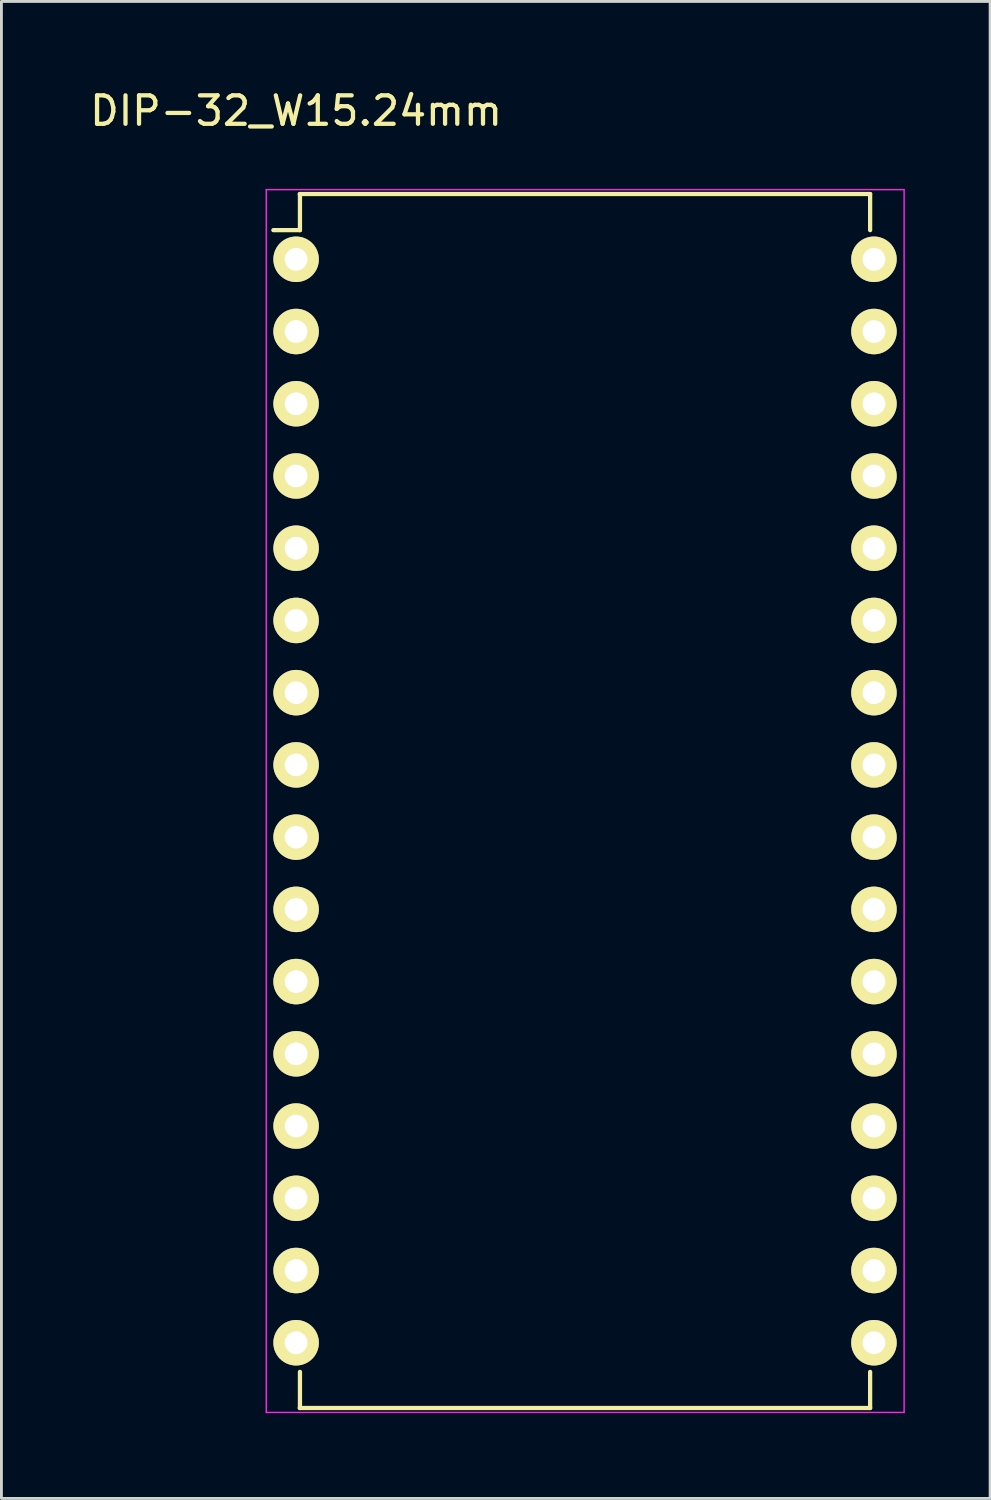
<source format=kicad_pcb>
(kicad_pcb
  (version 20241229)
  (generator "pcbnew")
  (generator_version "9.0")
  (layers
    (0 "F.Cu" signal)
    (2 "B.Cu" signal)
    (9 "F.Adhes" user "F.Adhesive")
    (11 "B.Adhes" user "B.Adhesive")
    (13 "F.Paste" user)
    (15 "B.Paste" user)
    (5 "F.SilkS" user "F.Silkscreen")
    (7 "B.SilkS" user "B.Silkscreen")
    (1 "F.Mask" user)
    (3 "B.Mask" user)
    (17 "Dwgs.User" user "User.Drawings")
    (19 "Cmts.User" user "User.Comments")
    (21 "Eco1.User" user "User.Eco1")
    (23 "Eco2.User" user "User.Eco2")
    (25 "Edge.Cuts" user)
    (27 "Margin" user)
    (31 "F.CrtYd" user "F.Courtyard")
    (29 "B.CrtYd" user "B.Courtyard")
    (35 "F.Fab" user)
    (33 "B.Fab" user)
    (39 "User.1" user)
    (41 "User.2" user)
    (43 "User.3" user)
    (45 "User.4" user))
  (footprint "DIP-32_W15.24mm"
    (layer "F.Cu")
    (at 17.523 25.118)
    (property "Reference" "DIP-32_W15.24mm" (at -10.16 -24.27 0) (layer "F.SilkS") (effects (font (size 1 1) (thickness 0.15))))
    (attr through_hole)
    (fp_line (start -10.033 -21.345) (end 10.025 -21.345) (stroke (width 0.15) (type solid)) (layer "F.SilkS"))
    (fp_line (start -10.033 21.345) (end 10.025 21.345) (stroke (width 0.15) (type solid)) (layer "F.SilkS"))
    (fp_line (start -10.025 -21.345) (end -10.025 -20.075) (stroke (width 0.15) (type solid)) (layer "F.SilkS"))
    (fp_line (start -10.025 -20.075) (end -10.96 -20.075) (stroke (width 0.15) (type solid)) (layer "F.SilkS"))
    (fp_line (start -10.025 21.345) (end -10.025 20.075) (stroke (width 0.15) (type solid)) (layer "F.SilkS"))
    (fp_line (start 10.025 -21.345) (end 10.025 -20.075) (stroke (width 0.15) (type solid)) (layer "F.SilkS"))
    (fp_line (start 10.025 21.345) (end 10.025 20.075) (stroke (width 0.15) (type solid)) (layer "F.SilkS"))
    (fp_line (start -11.21 -21.5) (end -11.21 21.5) (stroke (width 0.05) (type solid)) (layer "F.CrtYd"))
    (fp_line (start -11.21 -21.5) (end 11.22 -21.5) (stroke (width 0.05) (type solid)) (layer "F.CrtYd"))
    (fp_line (start -11.21 21.5) (end 11.22 21.5) (stroke (width 0.05) (type solid)) (layer "F.CrtYd"))
    (fp_line (start 11.22 -21.5) (end 11.22 21.5) (stroke (width 0.05) (type solid)) (layer "F.CrtYd"))
    (pad "1" thru_hole oval (at -10.16 -19.05) (size 1.6 1.6) (drill 0.8) (layers "*.Cu" "*.Mask" "F.SilkS"))
    (pad "2" thru_hole oval (at -10.16 -16.51) (size 1.6 1.6) (drill 0.8) (layers "*.Cu" "*.Mask" "F.SilkS"))
    (pad "3" thru_hole oval (at -10.16 -13.97) (size 1.6 1.6) (drill 0.8) (layers "*.Cu" "*.Mask" "F.SilkS"))
    (pad "4" thru_hole oval (at -10.16 -11.43) (size 1.6 1.6) (drill 0.8) (layers "*.Cu" "*.Mask" "F.SilkS"))
    (pad "5" thru_hole oval (at -10.16 -8.89) (size 1.6 1.6) (drill 0.8) (layers "*.Cu" "*.Mask" "F.SilkS"))
    (pad "6" thru_hole oval (at -10.16 -6.35) (size 1.6 1.6) (drill 0.8) (layers "*.Cu" "*.Mask" "F.SilkS"))
    (pad "7" thru_hole oval (at -10.16 -3.81) (size 1.6 1.6) (drill 0.8) (layers "*.Cu" "*.Mask" "F.SilkS"))
    (pad "8" thru_hole oval (at -10.16 -1.27) (size 1.6 1.6) (drill 0.8) (layers "*.Cu" "*.Mask" "F.SilkS"))
    (pad "9" thru_hole oval (at -10.16 1.27) (size 1.6 1.6) (drill 0.8) (layers "*.Cu" "*.Mask" "F.SilkS"))
    (pad "10" thru_hole oval (at -10.16 3.81) (size 1.6 1.6) (drill 0.8) (layers "*.Cu" "*.Mask" "F.SilkS"))
    (pad "11" thru_hole oval (at -10.16 6.35) (size 1.6 1.6) (drill 0.8) (layers "*.Cu" "*.Mask" "F.SilkS"))
    (pad "12" thru_hole oval (at -10.16 8.89) (size 1.6 1.6) (drill 0.8) (layers "*.Cu" "*.Mask" "F.SilkS"))
    (pad "13" thru_hole oval (at -10.16 11.43) (size 1.6 1.6) (drill 0.8) (layers "*.Cu" "*.Mask" "F.SilkS"))
    (pad "14" thru_hole oval (at -10.16 13.97) (size 1.6 1.6) (drill 0.8) (layers "*.Cu" "*.Mask" "F.SilkS"))
    (pad "15" thru_hole oval (at -10.16 16.51) (size 1.6 1.6) (drill 0.8) (layers "*.Cu" "*.Mask" "F.SilkS"))
    (pad "16" thru_hole oval (at -10.16 19.05) (size 1.6 1.6) (drill 0.8) (layers "*.Cu" "*.Mask" "F.SilkS"))
    (pad "17" thru_hole oval (at 10.16 19.05) (size 1.6 1.6) (drill 0.8) (layers "*.Cu" "*.Mask" "F.SilkS"))
    (pad "18" thru_hole oval (at 10.16 16.51) (size 1.6 1.6) (drill 0.8) (layers "*.Cu" "*.Mask" "F.SilkS"))
    (pad "19" thru_hole oval (at 10.16 13.97) (size 1.6 1.6) (drill 0.8) (layers "*.Cu" "*.Mask" "F.SilkS"))
    (pad "20" thru_hole oval (at 10.16 11.43) (size 1.6 1.6) (drill 0.8) (layers "*.Cu" "*.Mask" "F.SilkS"))
    (pad "21" thru_hole oval (at 10.16 8.89) (size 1.6 1.6) (drill 0.8) (layers "*.Cu" "*.Mask" "F.SilkS"))
    (pad "22" thru_hole oval (at 10.16 6.35) (size 1.6 1.6) (drill 0.8) (layers "*.Cu" "*.Mask" "F.SilkS"))
    (pad "23" thru_hole oval (at 10.16 3.81) (size 1.6 1.6) (drill 0.8) (layers "*.Cu" "*.Mask" "F.SilkS"))
    (pad "24" thru_hole oval (at 10.16 1.27) (size 1.6 1.6) (drill 0.8) (layers "*.Cu" "*.Mask" "F.SilkS"))
    (pad "25" thru_hole oval (at 10.16 -1.27) (size 1.6 1.6) (drill 0.8) (layers "*.Cu" "*.Mask" "F.SilkS"))
    (pad "26" thru_hole oval (at 10.16 -3.81) (size 1.6 1.6) (drill 0.8) (layers "*.Cu" "*.Mask" "F.SilkS"))
    (pad "27" thru_hole oval (at 10.16 -6.35) (size 1.6 1.6) (drill 0.8) (layers "*.Cu" "*.Mask" "F.SilkS"))
    (pad "28" thru_hole oval (at 10.16 -8.89) (size 1.6 1.6) (drill 0.8) (layers "*.Cu" "*.Mask" "F.SilkS"))
    (pad "29" thru_hole oval (at 10.16 -11.43) (size 1.6 1.6) (drill 0.8) (layers "*.Cu" "*.Mask" "F.SilkS"))
    (pad "30" thru_hole oval (at 10.16 -13.97) (size 1.6 1.6) (drill 0.8) (layers "*.Cu" "*.Mask" "F.SilkS"))
    (pad "31" thru_hole oval (at 10.16 -16.51) (size 1.6 1.6) (drill 0.8) (layers "*.Cu" "*.Mask" "F.SilkS"))
    (pad "32" thru_hole oval (at 10.16 -19.05) (size 1.6 1.6) (drill 0.8) (layers "*.Cu" "*.Mask" "F.SilkS")))
  (gr_rect
    (start -3 -3)
    (end 31.768 49.643)
    (stroke (width 0.1) (type default))
    (fill no)
    (layer "Edge.Cuts")))
</source>
